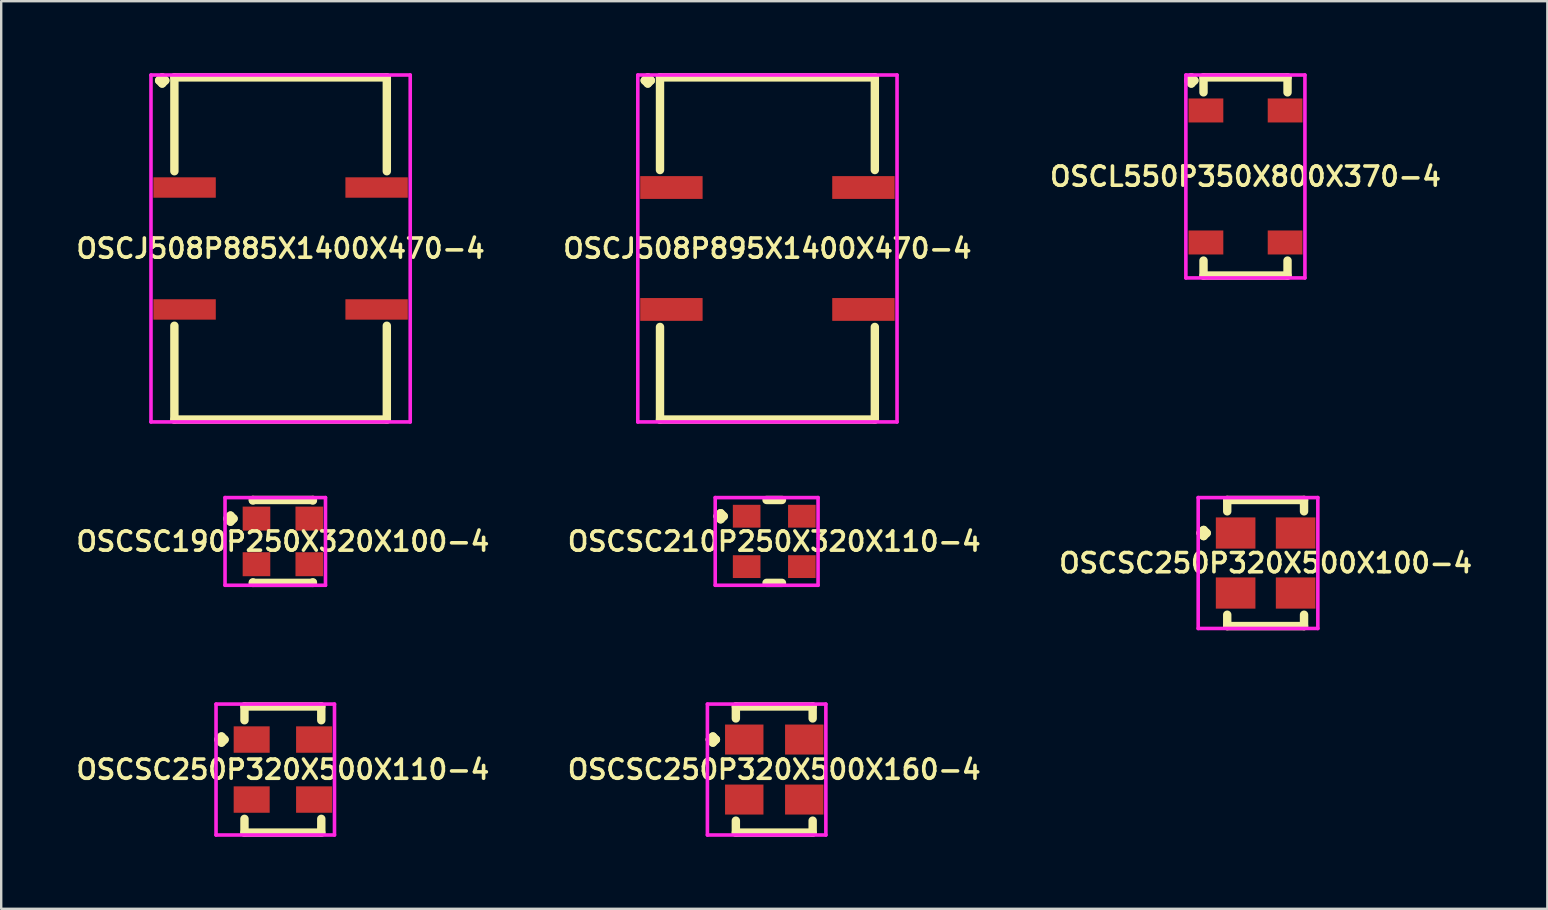
<source format=kicad_pcb>
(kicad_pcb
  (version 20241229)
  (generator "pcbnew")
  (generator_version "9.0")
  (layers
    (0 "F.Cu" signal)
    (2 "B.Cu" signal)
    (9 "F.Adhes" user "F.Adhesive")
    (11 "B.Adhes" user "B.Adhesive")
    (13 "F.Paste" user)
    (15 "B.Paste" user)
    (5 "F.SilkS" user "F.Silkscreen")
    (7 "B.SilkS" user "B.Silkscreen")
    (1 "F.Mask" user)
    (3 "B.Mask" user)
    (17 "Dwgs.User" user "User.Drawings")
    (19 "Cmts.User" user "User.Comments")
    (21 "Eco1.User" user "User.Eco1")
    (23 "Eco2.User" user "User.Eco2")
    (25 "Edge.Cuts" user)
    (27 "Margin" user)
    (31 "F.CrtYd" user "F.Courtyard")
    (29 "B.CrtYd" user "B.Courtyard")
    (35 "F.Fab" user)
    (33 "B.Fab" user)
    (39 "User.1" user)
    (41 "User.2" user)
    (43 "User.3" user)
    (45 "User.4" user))
  (footprint "OSCJ508P895X1400X470-4"
    (layer "F.Cu")
    (at 28.921 7.302)
    (property "Reference" "OSCJ508P895X1400X470-4" (at 0 0 0) (layer "F.SilkS") (effects (font (size 0.8 0.8) (thickness 0.15))))
    (attr smd)
    (fp_line (start -5.11 -7) (end -4.983 -7.127) (stroke (width 0.35) (type solid)) (layer "F.SilkS"))
    (fp_line (start -4.983 -7.127) (end -4.856 -7) (stroke (width 0.35) (type solid)) (layer "F.SilkS"))
    (fp_line (start -4.983 -6.873) (end -5.11 -7) (stroke (width 0.35) (type solid)) (layer "F.SilkS"))
    (fp_line (start -4.856 -7) (end -4.983 -6.873) (stroke (width 0.35) (type solid)) (layer "F.SilkS"))
    (fp_line (start -4.475 -7.127) (end 4.475 -7.127) (stroke (width 0.35) (type solid)) (layer "F.SilkS"))
    (fp_line (start -4.475 -3.269) (end -4.475 -7.127) (stroke (width 0.35) (type solid)) (layer "F.SilkS"))
    (fp_line (start -4.475 3.269) (end -4.475 7.127) (stroke (width 0.35) (type solid)) (layer "F.SilkS"))
    (fp_line (start -4.475 7.127) (end 4.475 7.127) (stroke (width 0.35) (type solid)) (layer "F.SilkS"))
    (fp_line (start 4.475 -7.127) (end 4.475 -3.269) (stroke (width 0.35) (type solid)) (layer "F.SilkS"))
    (fp_line (start 4.475 7.127) (end 4.475 3.269) (stroke (width 0.35) (type solid)) (layer "F.SilkS"))
    (fp_line (start -5.4 -7.227) (end 5.4 -7.227) (stroke (width 0.15) (type solid)) (layer "F.CrtYd"))
    (fp_line (start -5.4 7.227) (end -5.4 -7.227) (stroke (width 0.15) (type solid)) (layer "F.CrtYd"))
    (fp_line (start 5.4 -7.227) (end 5.4 7.227) (stroke (width 0.15) (type solid)) (layer "F.CrtYd"))
    (fp_line (start 5.4 7.227) (end -5.4 7.227) (stroke (width 0.15) (type solid)) (layer "F.CrtYd"))
    (pad "1" smd rect (at -4 -2.54) (size 2.6 0.95) (layers "F.Cu" "F.Mask" "F.Paste"))
    (pad "2" smd rect (at -4 2.54) (size 2.6 0.95) (layers "F.Cu" "F.Mask" "F.Paste"))
    (pad "3" smd rect (at 4 2.54) (size 2.6 0.95) (layers "F.Cu" "F.Mask" "F.Paste"))
    (pad "4" smd rect (at 4 -2.54) (size 2.6 0.95) (layers "F.Cu" "F.Mask" "F.Paste")))
  (footprint "OSCSC250P320X500X160-4"
    (layer "F.Cu")
    (at 29.206 29.01)
    (property "Reference" "OSCSC250P320X500X160-4" (at 0 0 0) (layer "F.SilkS") (effects (font (size 0.8 0.8) (thickness 0.15))))
    (attr smd)
    (fp_line (start -2.685 -1.25) (end -2.558 -1.377) (stroke (width 0.35) (type solid)) (layer "F.SilkS"))
    (fp_line (start -2.558 -1.377) (end -2.431 -1.25) (stroke (width 0.35) (type solid)) (layer "F.SilkS"))
    (fp_line (start -2.558 -1.123) (end -2.685 -1.25) (stroke (width 0.35) (type solid)) (layer "F.SilkS"))
    (fp_line (start -2.431 -1.25) (end -2.558 -1.123) (stroke (width 0.35) (type solid)) (layer "F.SilkS"))
    (fp_line (start -1.6 -2.627) (end 1.6 -2.627) (stroke (width 0.35) (type solid)) (layer "F.SilkS"))
    (fp_line (start -1.6 -2.129) (end -1.6 -2.627) (stroke (width 0.35) (type solid)) (layer "F.SilkS"))
    (fp_line (start -1.6 2.129) (end -1.6 2.627) (stroke (width 0.35) (type solid)) (layer "F.SilkS"))
    (fp_line (start -1.6 2.627) (end 1.6 2.627) (stroke (width 0.35) (type solid)) (layer "F.SilkS"))
    (fp_line (start 1.6 -2.627) (end 1.6 -2.129) (stroke (width 0.35) (type solid)) (layer "F.SilkS"))
    (fp_line (start 1.6 2.627) (end 1.6 2.129) (stroke (width 0.35) (type solid)) (layer "F.SilkS"))
    (fp_line (start -2.785 -2.727) (end 2.15 -2.727) (stroke (width 0.15) (type solid)) (layer "F.CrtYd"))
    (fp_line (start -2.785 2.727) (end -2.785 -2.727) (stroke (width 0.15) (type solid)) (layer "F.CrtYd"))
    (fp_line (start 2.15 -2.727) (end 2.15 2.727) (stroke (width 0.15) (type solid)) (layer "F.CrtYd"))
    (fp_line (start 2.15 2.727) (end -2.785 2.727) (stroke (width 0.15) (type solid)) (layer "F.CrtYd"))
    (pad "1" smd rect (at -1.25 -1.25) (size 1.6 1.25) (layers "F.Cu" "F.Mask" "F.Paste"))
    (pad "2" smd rect (at -1.25 1.25) (size 1.6 1.25) (layers "F.Cu" "F.Mask" "F.Paste"))
    (pad "3" smd rect (at 1.25 1.25) (size 1.6 1.25) (layers "F.Cu" "F.Mask" "F.Paste"))
    (pad "4" smd rect (at 1.25 -1.25) (size 1.6 1.25) (layers "F.Cu" "F.Mask" "F.Paste")))
  (footprint "OSCSC190P250X320X100-4"
    (layer "F.Cu")
    (at 8.735 19.506)
    (property "Reference" "OSCSC190P250X320X100-4" (at 0 0 0) (layer "F.SilkS") (effects (font (size 0.8 0.8) (thickness 0.15))))
    (attr smd)
    (fp_line (start -2.31 -0.95) (end -2.183 -1.077) (stroke (width 0.35) (type solid)) (layer "F.SilkS"))
    (fp_line (start -2.183 -1.077) (end -2.056 -0.95) (stroke (width 0.35) (type solid)) (layer "F.SilkS"))
    (fp_line (start -2.183 -0.823) (end -2.31 -0.95) (stroke (width 0.35) (type solid)) (layer "F.SilkS"))
    (fp_line (start -2.056 -0.95) (end -2.183 -0.823) (stroke (width 0.35) (type solid)) (layer "F.SilkS"))
    (fp_line (start -1.25 -1.727) (end 1.25 -1.727) (stroke (width 0.35) (type solid)) (layer "F.SilkS"))
    (fp_line (start -1.25 -1.704) (end -1.25 -1.727) (stroke (width 0.35) (type solid)) (layer "F.SilkS"))
    (fp_line (start -1.25 1.704) (end -1.25 1.727) (stroke (width 0.35) (type solid)) (layer "F.SilkS"))
    (fp_line (start -1.25 1.727) (end 1.25 1.727) (stroke (width 0.35) (type solid)) (layer "F.SilkS"))
    (fp_line (start 1.25 -1.727) (end 1.25 -1.704) (stroke (width 0.35) (type solid)) (layer "F.SilkS"))
    (fp_line (start 1.25 1.727) (end 1.25 1.704) (stroke (width 0.35) (type solid)) (layer "F.SilkS"))
    (fp_line (start -2.41 -1.827) (end 1.775 -1.827) (stroke (width 0.15) (type solid)) (layer "F.CrtYd"))
    (fp_line (start -2.41 1.827) (end -2.41 -1.827) (stroke (width 0.15) (type solid)) (layer "F.CrtYd"))
    (fp_line (start 1.775 -1.827) (end 1.775 1.827) (stroke (width 0.15) (type solid)) (layer "F.CrtYd"))
    (fp_line (start 1.775 1.827) (end -2.41 1.827) (stroke (width 0.15) (type solid)) (layer "F.CrtYd"))
    (pad "1" smd rect (at -1.1 -0.95) (size 1.15 1) (layers "F.Cu" "F.Mask" "F.Paste"))
    (pad "2" smd rect (at -1.1 0.95) (size 1.15 1) (layers "F.Cu" "F.Mask" "F.Paste"))
    (pad "3" smd rect (at 1.1 0.95) (size 1.15 1) (layers "F.Cu" "F.Mask" "F.Paste"))
    (pad "4" smd rect (at 1.1 -0.95) (size 1.15 1) (layers "F.Cu" "F.Mask" "F.Paste")))
  (footprint "OSCSC250P320X500X110-4"
    (layer "F.Cu")
    (at 8.735 29.01)
    (property "Reference" "OSCSC250P320X500X110-4" (at 0 0 0) (layer "F.SilkS") (effects (font (size 0.8 0.8) (thickness 0.15))))
    (attr smd)
    (fp_line (start -2.685 -1.25) (end -2.558 -1.377) (stroke (width 0.35) (type solid)) (layer "F.SilkS"))
    (fp_line (start -2.558 -1.377) (end -2.431 -1.25) (stroke (width 0.35) (type solid)) (layer "F.SilkS"))
    (fp_line (start -2.558 -1.123) (end -2.685 -1.25) (stroke (width 0.35) (type solid)) (layer "F.SilkS"))
    (fp_line (start -2.431 -1.25) (end -2.558 -1.123) (stroke (width 0.35) (type solid)) (layer "F.SilkS"))
    (fp_line (start -1.6 -2.627) (end 1.6 -2.627) (stroke (width 0.35) (type solid)) (layer "F.SilkS"))
    (fp_line (start -1.6 -2.054) (end -1.6 -2.627) (stroke (width 0.35) (type solid)) (layer "F.SilkS"))
    (fp_line (start -1.6 2.054) (end -1.6 2.627) (stroke (width 0.35) (type solid)) (layer "F.SilkS"))
    (fp_line (start -1.6 2.627) (end 1.6 2.627) (stroke (width 0.35) (type solid)) (layer "F.SilkS"))
    (fp_line (start 1.6 -2.627) (end 1.6 -2.054) (stroke (width 0.35) (type solid)) (layer "F.SilkS"))
    (fp_line (start 1.6 2.627) (end 1.6 2.054) (stroke (width 0.35) (type solid)) (layer "F.SilkS"))
    (fp_line (start -2.785 -2.727) (end 2.15 -2.727) (stroke (width 0.15) (type solid)) (layer "F.CrtYd"))
    (fp_line (start -2.785 2.727) (end -2.785 -2.727) (stroke (width 0.15) (type solid)) (layer "F.CrtYd"))
    (fp_line (start 2.15 -2.727) (end 2.15 2.727) (stroke (width 0.15) (type solid)) (layer "F.CrtYd"))
    (fp_line (start 2.15 2.727) (end -2.785 2.727) (stroke (width 0.15) (type solid)) (layer "F.CrtYd"))
    (pad "1" smd rect (at -1.3 -1.25) (size 1.5 1.1) (layers "F.Cu" "F.Mask" "F.Paste"))
    (pad "2" smd rect (at -1.3 1.25) (size 1.5 1.1) (layers "F.Cu" "F.Mask" "F.Paste"))
    (pad "3" smd rect (at 1.3 1.25) (size 1.5 1.1) (layers "F.Cu" "F.Mask" "F.Paste"))
    (pad "4" smd rect (at 1.3 -1.25) (size 1.5 1.1) (layers "F.Cu" "F.Mask" "F.Paste")))
  (footprint "OSCL550P350X800X370-4"
    (layer "F.Cu")
    (at 48.839 4.302)
    (property "Reference" "OSCL550P350X800X370-4" (at 0 0 0) (layer "F.SilkS") (effects (font (size 0.8 0.8) (thickness 0.15))))
    (attr smd)
    (fp_line (start -2.385 -4) (end -2.258 -4.127) (stroke (width 0.35) (type solid)) (layer "F.SilkS"))
    (fp_line (start -2.258 -4.127) (end -2.131 -4) (stroke (width 0.35) (type solid)) (layer "F.SilkS"))
    (fp_line (start -2.258 -3.873) (end -2.385 -4) (stroke (width 0.35) (type solid)) (layer "F.SilkS"))
    (fp_line (start -2.131 -4) (end -2.258 -3.873) (stroke (width 0.35) (type solid)) (layer "F.SilkS"))
    (fp_line (start -1.75 -4.127) (end 1.75 -4.127) (stroke (width 0.35) (type solid)) (layer "F.SilkS"))
    (fp_line (start -1.75 -3.504) (end -1.75 -4.127) (stroke (width 0.35) (type solid)) (layer "F.SilkS"))
    (fp_line (start -1.75 3.504) (end -1.75 4.127) (stroke (width 0.35) (type solid)) (layer "F.SilkS"))
    (fp_line (start -1.75 4.127) (end 1.75 4.127) (stroke (width 0.35) (type solid)) (layer "F.SilkS"))
    (fp_line (start 1.75 -4.127) (end 1.75 -3.504) (stroke (width 0.35) (type solid)) (layer "F.SilkS"))
    (fp_line (start 1.75 4.127) (end 1.75 3.504) (stroke (width 0.35) (type solid)) (layer "F.SilkS"))
    (fp_line (start -2.485 -4.227) (end 2.475 -4.227) (stroke (width 0.15) (type solid)) (layer "F.CrtYd"))
    (fp_line (start -2.485 4.227) (end -2.485 -4.227) (stroke (width 0.15) (type solid)) (layer "F.CrtYd"))
    (fp_line (start 2.475 -4.227) (end 2.475 4.227) (stroke (width 0.15) (type solid)) (layer "F.CrtYd"))
    (fp_line (start 2.475 4.227) (end -2.485 4.227) (stroke (width 0.15) (type solid)) (layer "F.CrtYd"))
    (pad "1" smd rect (at -1.65 -2.75) (size 1.45 1) (layers "F.Cu" "F.Mask" "F.Paste"))
    (pad "2" smd rect (at -1.65 2.75) (size 1.45 1) (layers "F.Cu" "F.Mask" "F.Paste"))
    (pad "3" smd rect (at 1.65 2.75) (size 1.45 1) (layers "F.Cu" "F.Mask" "F.Paste"))
    (pad "4" smd rect (at 1.65 -2.75) (size 1.45 1) (layers "F.Cu" "F.Mask" "F.Paste")))
  (footprint "OSCJ508P885X1400X470-4"
    (layer "F.Cu")
    (at 8.64 7.302)
    (property "Reference" "OSCJ508P885X1400X470-4" (at 0 0 0) (layer "F.SilkS") (effects (font (size 0.8 0.8) (thickness 0.15))))
    (attr smd)
    (fp_line (start -5.06 -7) (end -4.933 -7.127) (stroke (width 0.35) (type solid)) (layer "F.SilkS"))
    (fp_line (start -4.933 -7.127) (end -4.806 -7) (stroke (width 0.35) (type solid)) (layer "F.SilkS"))
    (fp_line (start -4.933 -6.873) (end -5.06 -7) (stroke (width 0.35) (type solid)) (layer "F.SilkS"))
    (fp_line (start -4.806 -7) (end -4.933 -6.873) (stroke (width 0.35) (type solid)) (layer "F.SilkS"))
    (fp_line (start -4.425 -7.127) (end 4.425 -7.127) (stroke (width 0.35) (type solid)) (layer "F.SilkS"))
    (fp_line (start -4.425 -3.219) (end -4.425 -7.127) (stroke (width 0.35) (type solid)) (layer "F.SilkS"))
    (fp_line (start -4.425 3.219) (end -4.425 7.127) (stroke (width 0.35) (type solid)) (layer "F.SilkS"))
    (fp_line (start -4.425 7.127) (end 4.425 7.127) (stroke (width 0.35) (type solid)) (layer "F.SilkS"))
    (fp_line (start 4.425 -7.127) (end 4.425 -3.219) (stroke (width 0.35) (type solid)) (layer "F.SilkS"))
    (fp_line (start 4.425 7.127) (end 4.425 3.219) (stroke (width 0.35) (type solid)) (layer "F.SilkS"))
    (fp_line (start -5.4 -7.227) (end 5.4 -7.227) (stroke (width 0.15) (type solid)) (layer "F.CrtYd"))
    (fp_line (start -5.4 7.227) (end -5.4 -7.227) (stroke (width 0.15) (type solid)) (layer "F.CrtYd"))
    (fp_line (start 5.4 -7.227) (end 5.4 7.227) (stroke (width 0.15) (type solid)) (layer "F.CrtYd"))
    (fp_line (start 5.4 7.227) (end -5.4 7.227) (stroke (width 0.15) (type solid)) (layer "F.CrtYd"))
    (pad "1" smd rect (at -4 -2.54) (size 2.6 0.85) (layers "F.Cu" "F.Mask" "F.Paste"))
    (pad "2" smd rect (at -4 2.54) (size 2.6 0.85) (layers "F.Cu" "F.Mask" "F.Paste"))
    (pad "3" smd rect (at 4 2.54) (size 2.6 0.85) (layers "F.Cu" "F.Mask" "F.Paste"))
    (pad "4" smd rect (at 4 -2.54) (size 2.6 0.85) (layers "F.Cu" "F.Mask" "F.Paste")))
  (footprint "OSCSC250P320X500X100-4"
    (layer "F.Cu")
    (at 49.677 20.406)
    (property "Reference" "OSCSC250P320X500X100-4" (at 0 0 0) (layer "F.SilkS") (effects (font (size 0.8 0.8) (thickness 0.15))))
    (attr smd)
    (fp_line (start -2.71 -1.25) (end -2.583 -1.377) (stroke (width 0.35) (type solid)) (layer "F.SilkS"))
    (fp_line (start -2.583 -1.377) (end -2.456 -1.25) (stroke (width 0.35) (type solid)) (layer "F.SilkS"))
    (fp_line (start -2.583 -1.123) (end -2.71 -1.25) (stroke (width 0.35) (type solid)) (layer "F.SilkS"))
    (fp_line (start -2.456 -1.25) (end -2.583 -1.123) (stroke (width 0.35) (type solid)) (layer "F.SilkS"))
    (fp_line (start -1.6 -2.627) (end 1.6 -2.627) (stroke (width 0.35) (type solid)) (layer "F.SilkS"))
    (fp_line (start -1.6 -2.154) (end -1.6 -2.627) (stroke (width 0.35) (type solid)) (layer "F.SilkS"))
    (fp_line (start -1.6 2.154) (end -1.6 2.627) (stroke (width 0.35) (type solid)) (layer "F.SilkS"))
    (fp_line (start -1.6 2.627) (end 1.6 2.627) (stroke (width 0.35) (type solid)) (layer "F.SilkS"))
    (fp_line (start 1.6 -2.627) (end 1.6 -2.154) (stroke (width 0.35) (type solid)) (layer "F.SilkS"))
    (fp_line (start 1.6 2.627) (end 1.6 2.154) (stroke (width 0.35) (type solid)) (layer "F.SilkS"))
    (fp_line (start -2.81 -2.727) (end 2.175 -2.727) (stroke (width 0.15) (type solid)) (layer "F.CrtYd"))
    (fp_line (start -2.81 2.727) (end -2.81 -2.727) (stroke (width 0.15) (type solid)) (layer "F.CrtYd"))
    (fp_line (start 2.175 -2.727) (end 2.175 2.727) (stroke (width 0.15) (type solid)) (layer "F.CrtYd"))
    (fp_line (start 2.175 2.727) (end -2.81 2.727) (stroke (width 0.15) (type solid)) (layer "F.CrtYd"))
    (pad "1" smd rect (at -1.25 -1.25) (size 1.65 1.3) (layers "F.Cu" "F.Mask" "F.Paste"))
    (pad "2" smd rect (at -1.25 1.25) (size 1.65 1.3) (layers "F.Cu" "F.Mask" "F.Paste"))
    (pad "3" smd rect (at 1.25 1.25) (size 1.65 1.3) (layers "F.Cu" "F.Mask" "F.Paste"))
    (pad "4" smd rect (at 1.25 -1.25) (size 1.65 1.3) (layers "F.Cu" "F.Mask" "F.Paste")))
  (footprint "OSCSC210P250X320X110-4"
    (layer "F.Cu")
    (at 29.206 19.506)
    (property "Reference" "OSCSC210P250X320X110-4" (at 0 0 0) (layer "F.SilkS") (effects (font (size 0.8 0.8) (thickness 0.15))))
    (attr smd)
    (fp_line (start -2.36 -1.05) (end -2.233 -1.177) (stroke (width 0.35) (type solid)) (layer "F.SilkS"))
    (fp_line (start -2.233 -1.177) (end -2.106 -1.05) (stroke (width 0.35) (type solid)) (layer "F.SilkS"))
    (fp_line (start -2.233 -0.923) (end -2.36 -1.05) (stroke (width 0.35) (type solid)) (layer "F.SilkS"))
    (fp_line (start -2.106 -1.05) (end -2.233 -0.923) (stroke (width 0.35) (type solid)) (layer "F.SilkS"))
    (fp_line (start -0.321 -1.727) (end 0.321 -1.727) (stroke (width 0.35) (type solid)) (layer "F.SilkS"))
    (fp_line (start -0.321 1.727) (end 0.321 1.727) (stroke (width 0.35) (type solid)) (layer "F.SilkS"))
    (fp_line (start -2.46 -1.827) (end 1.825 -1.827) (stroke (width 0.15) (type solid)) (layer "F.CrtYd"))
    (fp_line (start -2.46 1.827) (end -2.46 -1.827) (stroke (width 0.15) (type solid)) (layer "F.CrtYd"))
    (fp_line (start 1.825 -1.827) (end 1.825 1.827) (stroke (width 0.15) (type solid)) (layer "F.CrtYd"))
    (fp_line (start 1.825 1.827) (end -2.46 1.827) (stroke (width 0.15) (type solid)) (layer "F.CrtYd"))
    (pad "1" smd rect (at -1.15 -1.05) (size 1.15 0.95) (layers "F.Cu" "F.Mask" "F.Paste"))
    (pad "2" smd rect (at -1.15 1.05) (size 1.15 0.95) (layers "F.Cu" "F.Mask" "F.Paste"))
    (pad "3" smd rect (at 1.15 1.05) (size 1.15 0.95) (layers "F.Cu" "F.Mask" "F.Paste"))
    (pad "4" smd rect (at 1.15 -1.05) (size 1.15 0.95) (layers "F.Cu" "F.Mask" "F.Paste")))
  (gr_rect
    (start -3 -3)
    (end 61.413 34.812)
    (stroke (width 0.1) (type default))
    (fill no)
    (layer "Edge.Cuts")))
</source>
